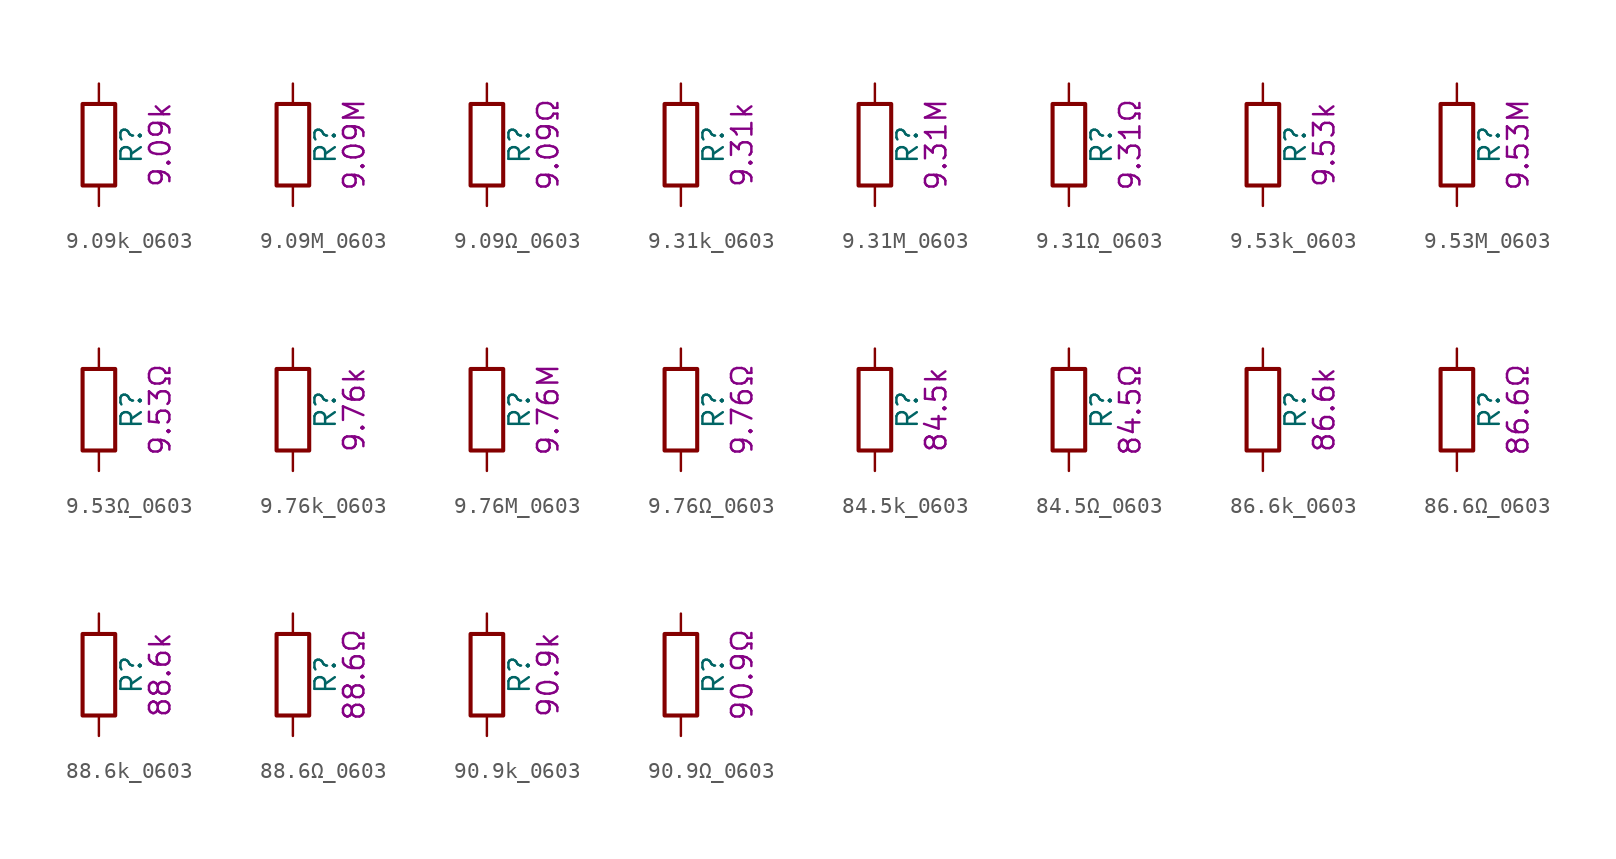
<source format=kicad_sym>
(kicad_symbol_lib
  (version 20211014)
  (generator kicad_symbol_editor)
  (symbol "9.09k_0603"
    (pin_numbers hide)
    (pin_names
      (offset 0))
    (property "Reference" "R"
      (at 2.032 0 90)
      (effects (font (size 1.27 1.27))))
    (property "Display" "9.09k"
      (at 3.81 0 90)
      (effects (font (size 1.27 1.27))))
    (symbol "9.09k_0603_0_1"
      (rectangle (start -1.016 -2.54) (end 1.016 2.54) (stroke (width 0.254) (type default) (color 0 0 0 0)) (fill (type none))))
    (symbol "9.09k_0603_1_1"
      (pin passive line (at 0 3.81 270) (length 1.27) (name "~" (effects (font (size 1.27 1.27)))) (number "1" (effects (font (size 1.27 1.27)))))
      (pin passive line (at 0 -3.81 90) (length 1.27) (name "~" (effects (font (size 1.27 1.27)))) (number "2" (effects (font (size 1.27 1.27)))))))
  (symbol "9.09M_0603"
    (pin_numbers hide)
    (pin_names
      (offset 0))
    (property "Reference" "R"
      (at 2.032 0 90)
      (effects (font (size 1.27 1.27))))
    (property "Display" "9.09M"
      (at 3.81 0 90)
      (effects (font (size 1.27 1.27))))
    (symbol "9.09M_0603_0_1"
      (rectangle (start -1.016 -2.54) (end 1.016 2.54) (stroke (width 0.254) (type default) (color 0 0 0 0)) (fill (type none))))
    (symbol "9.09M_0603_1_1"
      (pin passive line (at 0 3.81 270) (length 1.27) (name "~" (effects (font (size 1.27 1.27)))) (number "1" (effects (font (size 1.27 1.27)))))
      (pin passive line (at 0 -3.81 90) (length 1.27) (name "~" (effects (font (size 1.27 1.27)))) (number "2" (effects (font (size 1.27 1.27)))))))
  (symbol "9.09Ω_0603"
    (pin_numbers hide)
    (pin_names
      (offset 0))
    (property "Reference" "R"
      (at 2.032 0 90)
      (effects (font (size 1.27 1.27))))
    (property "Display" "9.09Ω"
      (at 3.81 0 90)
      (effects (font (size 1.27 1.27))))
    (symbol "9.09Ω_0603_0_1"
      (rectangle (start -1.016 -2.54) (end 1.016 2.54) (stroke (width 0.254) (type default) (color 0 0 0 0)) (fill (type none))))
    (symbol "9.09Ω_0603_1_1"
      (pin passive line (at 0 3.81 270) (length 1.27) (name "~" (effects (font (size 1.27 1.27)))) (number "1" (effects (font (size 1.27 1.27)))))
      (pin passive line (at 0 -3.81 90) (length 1.27) (name "~" (effects (font (size 1.27 1.27)))) (number "2" (effects (font (size 1.27 1.27)))))))
  (symbol "9.31k_0603"
    (pin_numbers hide)
    (pin_names
      (offset 0))
    (property "Reference" "R"
      (at 2.032 0 90)
      (effects (font (size 1.27 1.27))))
    (property "Display" "9.31k"
      (at 3.81 0 90)
      (effects (font (size 1.27 1.27))))
    (symbol "9.31k_0603_0_1"
      (rectangle (start -1.016 -2.54) (end 1.016 2.54) (stroke (width 0.254) (type default) (color 0 0 0 0)) (fill (type none))))
    (symbol "9.31k_0603_1_1"
      (pin passive line (at 0 3.81 270) (length 1.27) (name "~" (effects (font (size 1.27 1.27)))) (number "1" (effects (font (size 1.27 1.27)))))
      (pin passive line (at 0 -3.81 90) (length 1.27) (name "~" (effects (font (size 1.27 1.27)))) (number "2" (effects (font (size 1.27 1.27)))))))
  (symbol "9.31M_0603"
    (pin_numbers hide)
    (pin_names
      (offset 0))
    (property "Reference" "R"
      (at 2.032 0 90)
      (effects (font (size 1.27 1.27))))
    (property "Display" "9.31M"
      (at 3.81 0 90)
      (effects (font (size 1.27 1.27))))
    (symbol "9.31M_0603_0_1"
      (rectangle (start -1.016 -2.54) (end 1.016 2.54) (stroke (width 0.254) (type default) (color 0 0 0 0)) (fill (type none))))
    (symbol "9.31M_0603_1_1"
      (pin passive line (at 0 3.81 270) (length 1.27) (name "~" (effects (font (size 1.27 1.27)))) (number "1" (effects (font (size 1.27 1.27)))))
      (pin passive line (at 0 -3.81 90) (length 1.27) (name "~" (effects (font (size 1.27 1.27)))) (number "2" (effects (font (size 1.27 1.27)))))))
  (symbol "9.31Ω_0603"
    (pin_numbers hide)
    (pin_names
      (offset 0))
    (property "Reference" "R"
      (at 2.032 0 90)
      (effects (font (size 1.27 1.27))))
    (property "Display" "9.31Ω"
      (at 3.81 0 90)
      (effects (font (size 1.27 1.27))))
    (symbol "9.31Ω_0603_0_1"
      (rectangle (start -1.016 -2.54) (end 1.016 2.54) (stroke (width 0.254) (type default) (color 0 0 0 0)) (fill (type none))))
    (symbol "9.31Ω_0603_1_1"
      (pin passive line (at 0 3.81 270) (length 1.27) (name "~" (effects (font (size 1.27 1.27)))) (number "1" (effects (font (size 1.27 1.27)))))
      (pin passive line (at 0 -3.81 90) (length 1.27) (name "~" (effects (font (size 1.27 1.27)))) (number "2" (effects (font (size 1.27 1.27)))))))
  (symbol "9.53k_0603"
    (pin_numbers hide)
    (pin_names
      (offset 0))
    (property "Reference" "R"
      (at 2.032 0 90)
      (effects (font (size 1.27 1.27))))
    (property "Display" "9.53k"
      (at 3.81 0 90)
      (effects (font (size 1.27 1.27))))
    (symbol "9.53k_0603_0_1"
      (rectangle (start -1.016 -2.54) (end 1.016 2.54) (stroke (width 0.254) (type default) (color 0 0 0 0)) (fill (type none))))
    (symbol "9.53k_0603_1_1"
      (pin passive line (at 0 3.81 270) (length 1.27) (name "~" (effects (font (size 1.27 1.27)))) (number "1" (effects (font (size 1.27 1.27)))))
      (pin passive line (at 0 -3.81 90) (length 1.27) (name "~" (effects (font (size 1.27 1.27)))) (number "2" (effects (font (size 1.27 1.27)))))))
  (symbol "9.53M_0603"
    (pin_numbers hide)
    (pin_names
      (offset 0))
    (property "Reference" "R"
      (at 2.032 0 90)
      (effects (font (size 1.27 1.27))))
    (property "Display" "9.53M"
      (at 3.81 0 90)
      (effects (font (size 1.27 1.27))))
    (symbol "9.53M_0603_0_1"
      (rectangle (start -1.016 -2.54) (end 1.016 2.54) (stroke (width 0.254) (type default) (color 0 0 0 0)) (fill (type none))))
    (symbol "9.53M_0603_1_1"
      (pin passive line (at 0 3.81 270) (length 1.27) (name "~" (effects (font (size 1.27 1.27)))) (number "1" (effects (font (size 1.27 1.27)))))
      (pin passive line (at 0 -3.81 90) (length 1.27) (name "~" (effects (font (size 1.27 1.27)))) (number "2" (effects (font (size 1.27 1.27)))))))
  (symbol "9.53Ω_0603"
    (pin_numbers hide)
    (pin_names
      (offset 0))
    (property "Reference" "R"
      (at 2.032 0 90)
      (effects (font (size 1.27 1.27))))
    (property "Display" "9.53Ω"
      (at 3.81 0 90)
      (effects (font (size 1.27 1.27))))
    (symbol "9.53Ω_0603_0_1"
      (rectangle (start -1.016 -2.54) (end 1.016 2.54) (stroke (width 0.254) (type default) (color 0 0 0 0)) (fill (type none))))
    (symbol "9.53Ω_0603_1_1"
      (pin passive line (at 0 3.81 270) (length 1.27) (name "~" (effects (font (size 1.27 1.27)))) (number "1" (effects (font (size 1.27 1.27)))))
      (pin passive line (at 0 -3.81 90) (length 1.27) (name "~" (effects (font (size 1.27 1.27)))) (number "2" (effects (font (size 1.27 1.27)))))))
  (symbol "9.76k_0603"
    (pin_numbers hide)
    (pin_names
      (offset 0))
    (property "Reference" "R"
      (at 2.032 0 90)
      (effects (font (size 1.27 1.27))))
    (property "Display" "9.76k"
      (at 3.81 0 90)
      (effects (font (size 1.27 1.27))))
    (symbol "9.76k_0603_0_1"
      (rectangle (start -1.016 -2.54) (end 1.016 2.54) (stroke (width 0.254) (type default) (color 0 0 0 0)) (fill (type none))))
    (symbol "9.76k_0603_1_1"
      (pin passive line (at 0 3.81 270) (length 1.27) (name "~" (effects (font (size 1.27 1.27)))) (number "1" (effects (font (size 1.27 1.27)))))
      (pin passive line (at 0 -3.81 90) (length 1.27) (name "~" (effects (font (size 1.27 1.27)))) (number "2" (effects (font (size 1.27 1.27)))))))
  (symbol "9.76M_0603"
    (pin_numbers hide)
    (pin_names
      (offset 0))
    (property "Reference" "R"
      (at 2.032 0 90)
      (effects (font (size 1.27 1.27))))
    (property "Display" "9.76M"
      (at 3.81 0 90)
      (effects (font (size 1.27 1.27))))
    (symbol "9.76M_0603_0_1"
      (rectangle (start -1.016 -2.54) (end 1.016 2.54) (stroke (width 0.254) (type default) (color 0 0 0 0)) (fill (type none))))
    (symbol "9.76M_0603_1_1"
      (pin passive line (at 0 3.81 270) (length 1.27) (name "~" (effects (font (size 1.27 1.27)))) (number "1" (effects (font (size 1.27 1.27)))))
      (pin passive line (at 0 -3.81 90) (length 1.27) (name "~" (effects (font (size 1.27 1.27)))) (number "2" (effects (font (size 1.27 1.27)))))))
  (symbol "9.76Ω_0603"
    (pin_numbers hide)
    (pin_names
      (offset 0))
    (property "Reference" "R"
      (at 2.032 0 90)
      (effects (font (size 1.27 1.27))))
    (property "Display" "9.76Ω"
      (at 3.81 0 90)
      (effects (font (size 1.27 1.27))))
    (symbol "9.76Ω_0603_0_1"
      (rectangle (start -1.016 -2.54) (end 1.016 2.54) (stroke (width 0.254) (type default) (color 0 0 0 0)) (fill (type none))))
    (symbol "9.76Ω_0603_1_1"
      (pin passive line (at 0 3.81 270) (length 1.27) (name "~" (effects (font (size 1.27 1.27)))) (number "1" (effects (font (size 1.27 1.27)))))
      (pin passive line (at 0 -3.81 90) (length 1.27) (name "~" (effects (font (size 1.27 1.27)))) (number "2" (effects (font (size 1.27 1.27)))))))
  (symbol "84.5k_0603"
    (pin_numbers hide)
    (pin_names
      (offset 0))
    (property "Reference" "R"
      (at 2.032 0 90)
      (effects (font (size 1.27 1.27))))
    (property "Display" "84.5k"
      (at 3.81 0 90)
      (effects (font (size 1.27 1.27))))
    (symbol "84.5k_0603_0_1"
      (rectangle (start -1.016 -2.54) (end 1.016 2.54) (stroke (width 0.254) (type default) (color 0 0 0 0)) (fill (type none))))
    (symbol "84.5k_0603_1_1"
      (pin passive line (at 0 3.81 270) (length 1.27) (name "~" (effects (font (size 1.27 1.27)))) (number "1" (effects (font (size 1.27 1.27)))))
      (pin passive line (at 0 -3.81 90) (length 1.27) (name "~" (effects (font (size 1.27 1.27)))) (number "2" (effects (font (size 1.27 1.27)))))))
  (symbol "84.5Ω_0603"
    (pin_numbers hide)
    (pin_names
      (offset 0))
    (property "Reference" "R"
      (at 2.032 0 90)
      (effects (font (size 1.27 1.27))))
    (property "Display" "84.5Ω"
      (at 3.81 0 90)
      (effects (font (size 1.27 1.27))))
    (symbol "84.5Ω_0603_0_1"
      (rectangle (start -1.016 -2.54) (end 1.016 2.54) (stroke (width 0.254) (type default) (color 0 0 0 0)) (fill (type none))))
    (symbol "84.5Ω_0603_1_1"
      (pin passive line (at 0 3.81 270) (length 1.27) (name "~" (effects (font (size 1.27 1.27)))) (number "1" (effects (font (size 1.27 1.27)))))
      (pin passive line (at 0 -3.81 90) (length 1.27) (name "~" (effects (font (size 1.27 1.27)))) (number "2" (effects (font (size 1.27 1.27)))))))
  (symbol "86.6k_0603"
    (pin_numbers hide)
    (pin_names
      (offset 0))
    (property "Reference" "R"
      (at 2.032 0 90)
      (effects (font (size 1.27 1.27))))
    (property "Display" "86.6k"
      (at 3.81 0 90)
      (effects (font (size 1.27 1.27))))
    (symbol "86.6k_0603_0_1"
      (rectangle (start -1.016 -2.54) (end 1.016 2.54) (stroke (width 0.254) (type default) (color 0 0 0 0)) (fill (type none))))
    (symbol "86.6k_0603_1_1"
      (pin passive line (at 0 3.81 270) (length 1.27) (name "~" (effects (font (size 1.27 1.27)))) (number "1" (effects (font (size 1.27 1.27)))))
      (pin passive line (at 0 -3.81 90) (length 1.27) (name "~" (effects (font (size 1.27 1.27)))) (number "2" (effects (font (size 1.27 1.27)))))))
  (symbol "86.6Ω_0603"
    (pin_numbers hide)
    (pin_names
      (offset 0))
    (property "Reference" "R"
      (at 2.032 0 90)
      (effects (font (size 1.27 1.27))))
    (property "Display" "86.6Ω"
      (at 3.81 0 90)
      (effects (font (size 1.27 1.27))))
    (symbol "86.6Ω_0603_0_1"
      (rectangle (start -1.016 -2.54) (end 1.016 2.54) (stroke (width 0.254) (type default) (color 0 0 0 0)) (fill (type none))))
    (symbol "86.6Ω_0603_1_1"
      (pin passive line (at 0 3.81 270) (length 1.27) (name "~" (effects (font (size 1.27 1.27)))) (number "1" (effects (font (size 1.27 1.27)))))
      (pin passive line (at 0 -3.81 90) (length 1.27) (name "~" (effects (font (size 1.27 1.27)))) (number "2" (effects (font (size 1.27 1.27)))))))
  (symbol "88.6k_0603"
    (pin_numbers hide)
    (pin_names
      (offset 0))
    (property "Reference" "R"
      (at 2.032 0 90)
      (effects (font (size 1.27 1.27))))
    (property "Display" "88.6k"
      (at 3.81 0 90)
      (effects (font (size 1.27 1.27))))
    (symbol "88.6k_0603_0_1"
      (rectangle (start -1.016 -2.54) (end 1.016 2.54) (stroke (width 0.254) (type default) (color 0 0 0 0)) (fill (type none))))
    (symbol "88.6k_0603_1_1"
      (pin passive line (at 0 3.81 270) (length 1.27) (name "~" (effects (font (size 1.27 1.27)))) (number "1" (effects (font (size 1.27 1.27)))))
      (pin passive line (at 0 -3.81 90) (length 1.27) (name "~" (effects (font (size 1.27 1.27)))) (number "2" (effects (font (size 1.27 1.27)))))))
  (symbol "88.6Ω_0603"
    (pin_numbers hide)
    (pin_names
      (offset 0))
    (property "Reference" "R"
      (at 2.032 0 90)
      (effects (font (size 1.27 1.27))))
    (property "Display" "88.6Ω"
      (at 3.81 0 90)
      (effects (font (size 1.27 1.27))))
    (symbol "88.6Ω_0603_0_1"
      (rectangle (start -1.016 -2.54) (end 1.016 2.54) (stroke (width 0.254) (type default) (color 0 0 0 0)) (fill (type none))))
    (symbol "88.6Ω_0603_1_1"
      (pin passive line (at 0 3.81 270) (length 1.27) (name "~" (effects (font (size 1.27 1.27)))) (number "1" (effects (font (size 1.27 1.27)))))
      (pin passive line (at 0 -3.81 90) (length 1.27) (name "~" (effects (font (size 1.27 1.27)))) (number "2" (effects (font (size 1.27 1.27)))))))
  (symbol "90.9k_0603"
    (pin_numbers hide)
    (pin_names
      (offset 0))
    (property "Reference" "R"
      (at 2.032 0 90)
      (effects (font (size 1.27 1.27))))
    (property "Display" "90.9k"
      (at 3.81 0 90)
      (effects (font (size 1.27 1.27))))
    (symbol "90.9k_0603_0_1"
      (rectangle (start -1.016 -2.54) (end 1.016 2.54) (stroke (width 0.254) (type default) (color 0 0 0 0)) (fill (type none))))
    (symbol "90.9k_0603_1_1"
      (pin passive line (at 0 3.81 270) (length 1.27) (name "~" (effects (font (size 1.27 1.27)))) (number "1" (effects (font (size 1.27 1.27)))))
      (pin passive line (at 0 -3.81 90) (length 1.27) (name "~" (effects (font (size 1.27 1.27)))) (number "2" (effects (font (size 1.27 1.27)))))))
  (symbol "90.9Ω_0603"
    (pin_numbers hide)
    (pin_names
      (offset 0))
    (property "Reference" "R"
      (at 2.032 0 90)
      (effects (font (size 1.27 1.27))))
    (property "Display" "90.9Ω"
      (at 3.81 0 90)
      (effects (font (size 1.27 1.27))))
    (symbol "90.9Ω_0603_0_1"
      (rectangle (start -1.016 -2.54) (end 1.016 2.54) (stroke (width 0.254) (type default) (color 0 0 0 0)) (fill (type none))))
    (symbol "90.9Ω_0603_1_1"
      (pin passive line (at 0 3.81 270) (length 1.27) (name "~" (effects (font (size 1.27 1.27)))) (number "1" (effects (font (size 1.27 1.27)))))
      (pin passive line (at 0 -3.81 90) (length 1.27) (name "~" (effects (font (size 1.27 1.27)))) (number "2" (effects (font (size 1.27 1.27))))))))
</source>
